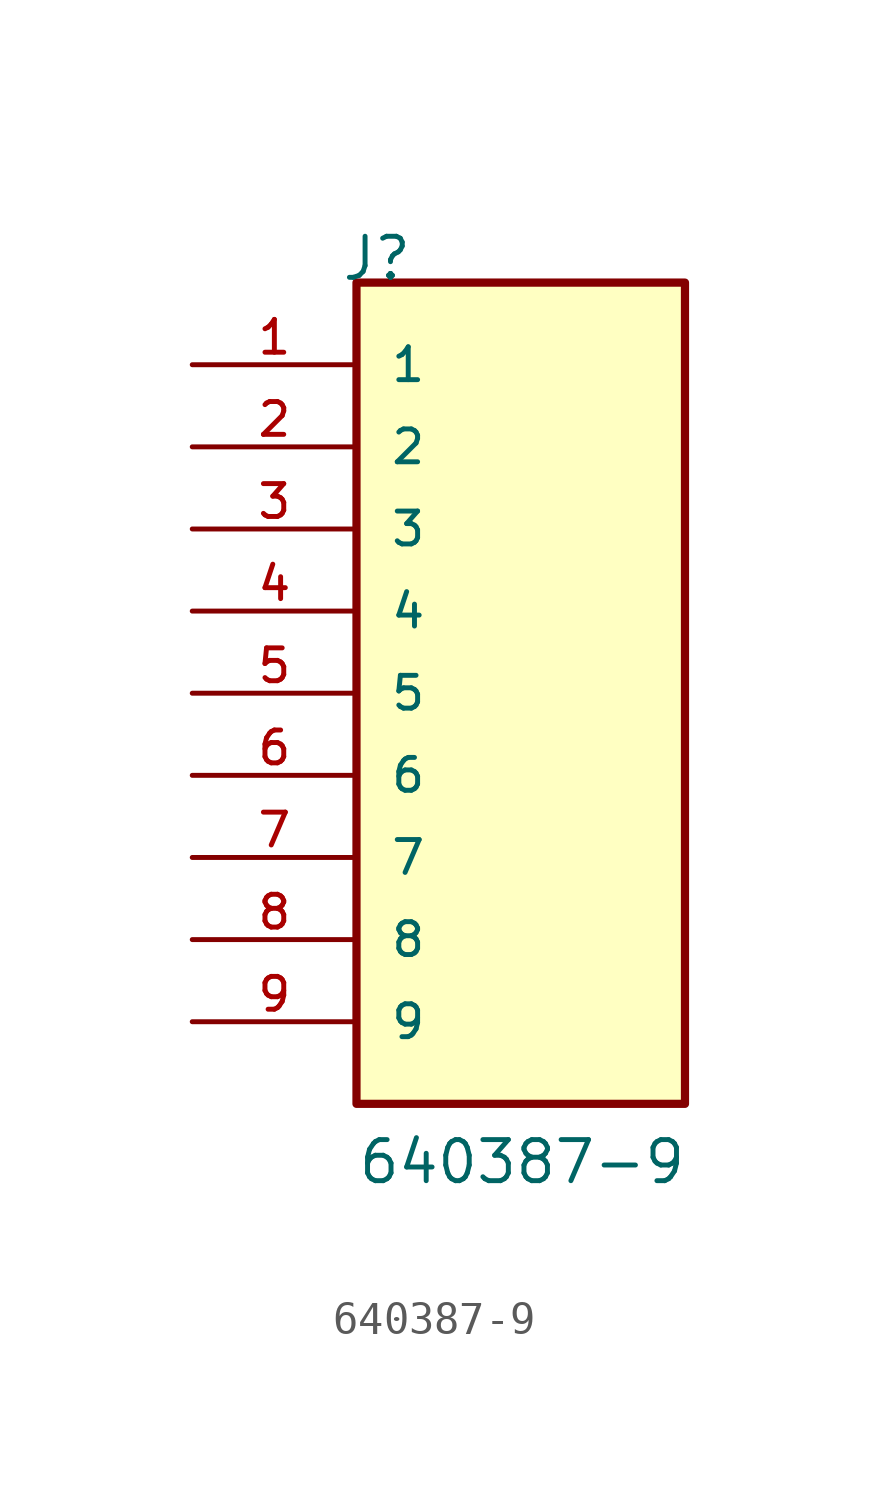
<source format=kicad_sym>
(kicad_symbol_lib
  (version 20211014)
  (generator kicad_symbol_editor)
  (symbol "640387-9"
    (pin_names
      (offset 1.016))
    (property "Reference" "J"
      (at -5.58 12.7 0)
      (effects (font (size 1.27 1.27)) (justify bottom left)))
    (property "Value" "640387-9"
      (at -5.08 -15.24 0)
      (effects (font (size 1.27 1.27)) (justify bottom left)))
    (symbol "640387-9_0_0"
      (rectangle (start -5.08 -12.7) (end 5.08 12.7) (stroke (width 0.254)) (fill (type background)))
      (pin passive line (at -10.16 10.16 0) (length 5.08) (name "1" (effects (font (size 1.016 1.016)))) (number "1" (effects (font (size 1.016 1.016)))))
      (pin passive line (at -10.16 7.62 0) (length 5.08) (name "2" (effects (font (size 1.016 1.016)))) (number "2" (effects (font (size 1.016 1.016)))))
      (pin passive line (at -10.16 5.08 0) (length 5.08) (name "3" (effects (font (size 1.016 1.016)))) (number "3" (effects (font (size 1.016 1.016)))))
      (pin passive line (at -10.16 2.54 0) (length 5.08) (name "4" (effects (font (size 1.016 1.016)))) (number "4" (effects (font (size 1.016 1.016)))))
      (pin passive line (at -10.16 0.0 0) (length 5.08) (name "5" (effects (font (size 1.016 1.016)))) (number "5" (effects (font (size 1.016 1.016)))))
      (pin passive line (at -10.16 -2.54 0) (length 5.08) (name "6" (effects (font (size 1.016 1.016)))) (number "6" (effects (font (size 1.016 1.016)))))
      (pin passive line (at -10.16 -5.08 0) (length 5.08) (name "7" (effects (font (size 1.016 1.016)))) (number "7" (effects (font (size 1.016 1.016)))))
      (pin passive line (at -10.16 -7.62 0) (length 5.08) (name "8" (effects (font (size 1.016 1.016)))) (number "8" (effects (font (size 1.016 1.016)))))
      (pin passive line (at -10.16 -10.16 0) (length 5.08) (name "9" (effects (font (size 1.016 1.016)))) (number "9" (effects (font (size 1.016 1.016))))))))
</source>
